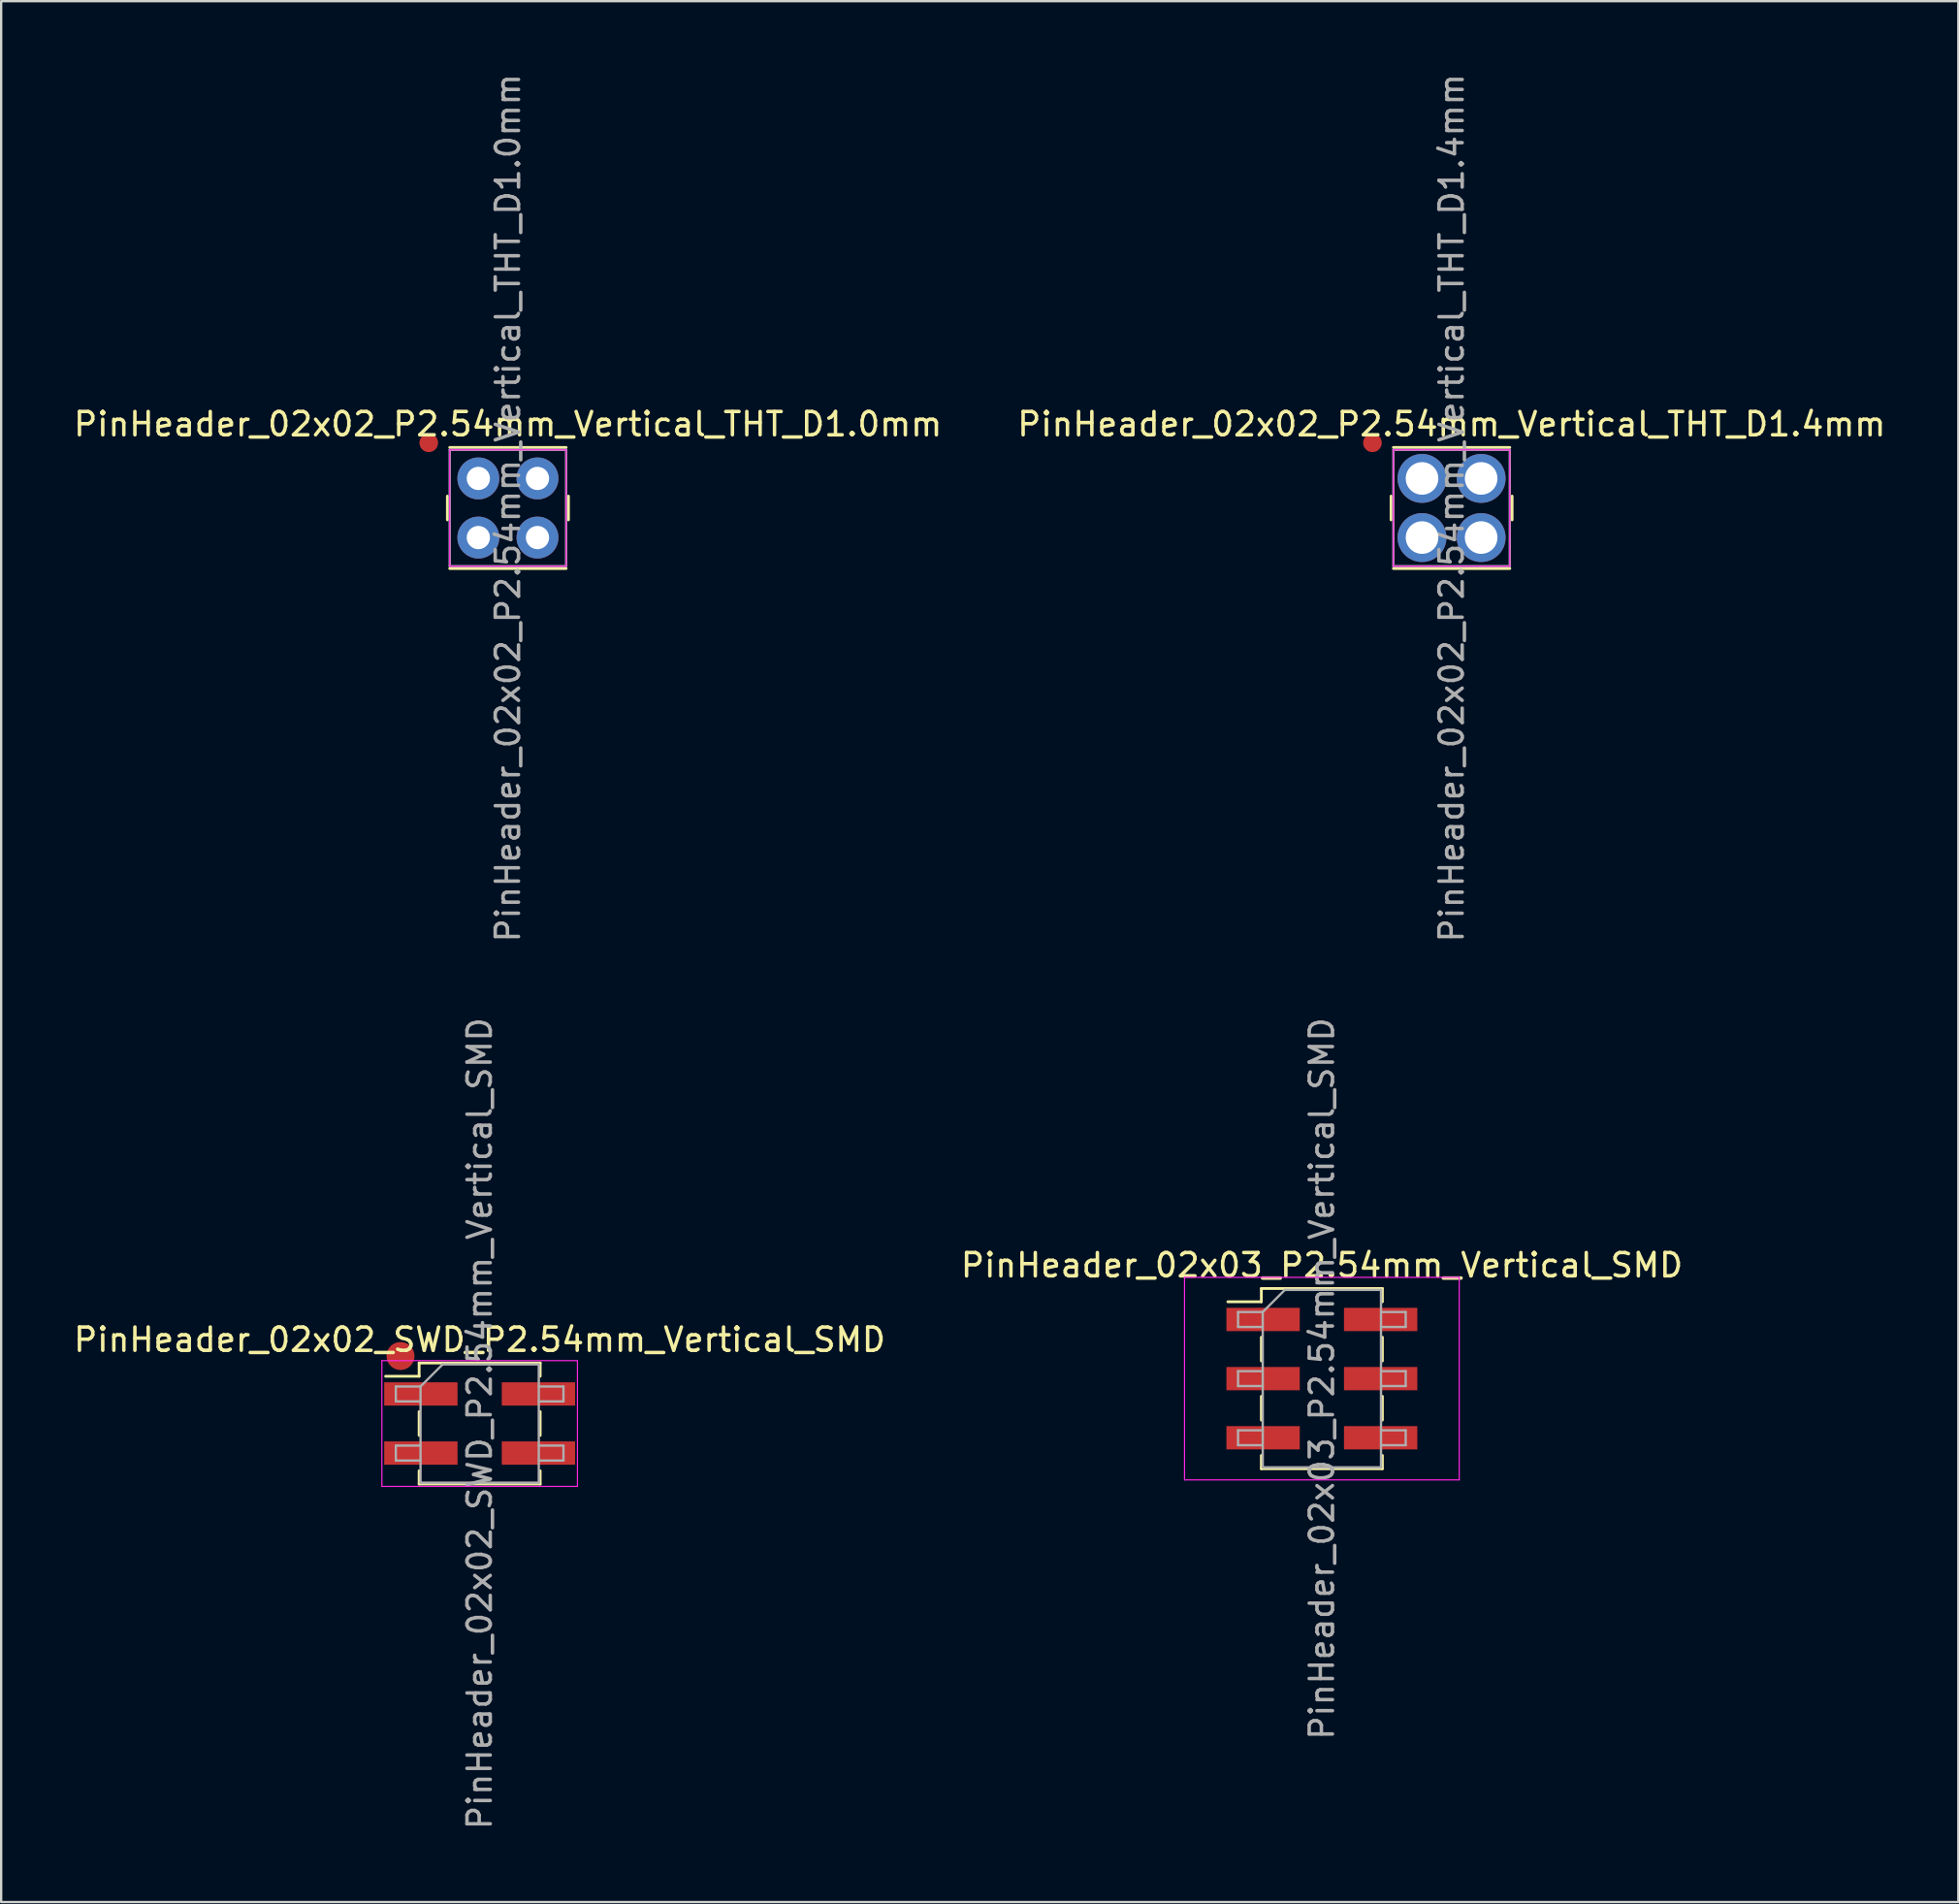
<source format=kicad_pcb>
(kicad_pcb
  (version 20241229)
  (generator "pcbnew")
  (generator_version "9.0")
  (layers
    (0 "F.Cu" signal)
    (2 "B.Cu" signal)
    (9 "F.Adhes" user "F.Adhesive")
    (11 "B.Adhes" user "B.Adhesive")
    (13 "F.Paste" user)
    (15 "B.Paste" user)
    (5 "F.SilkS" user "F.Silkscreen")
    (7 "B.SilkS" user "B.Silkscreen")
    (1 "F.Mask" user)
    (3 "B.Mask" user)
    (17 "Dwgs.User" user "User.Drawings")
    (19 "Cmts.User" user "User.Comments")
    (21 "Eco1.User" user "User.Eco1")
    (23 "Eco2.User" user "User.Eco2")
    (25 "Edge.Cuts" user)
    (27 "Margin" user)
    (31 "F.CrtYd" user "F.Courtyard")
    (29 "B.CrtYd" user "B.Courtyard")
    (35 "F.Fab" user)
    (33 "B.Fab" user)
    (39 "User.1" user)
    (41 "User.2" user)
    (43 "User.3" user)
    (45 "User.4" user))
  (footprint "PinHeader_02x02_P2.54mm_Vertical_THT_D1.4mm"
    (layer "F.Cu")
    (at 59.304 18.768)
    (property "Reference" "PinHeader_02x02_P2.54mm_Vertical_THT_D1.4mm" (at 0 -3.6 0) (layer "F.SilkS") (effects (font (size 1 1) (thickness 0.15))))
    (attr smd)
    (fp_circle (center -3.4 -2.8) (end -3.1 -2.8) (stroke (width 0.2) (type solid)) (fill yes) (layer "F.Cu"))
    (fp_line (start -2.6 -0.51) (end -2.6 0.51) (stroke (width 0.12) (type solid)) (layer "F.SilkS"))
    (fp_line (start -2.5 -2.6) (end 2.5 -2.6) (stroke (width 0.12) (type solid)) (layer "F.SilkS"))
    (fp_line (start -2.5 2.6) (end 2.5 2.6) (stroke (width 0.12) (type solid)) (layer "F.SilkS"))
    (fp_line (start 2.6 -0.51) (end 2.6 0.51) (stroke (width 0.12) (type solid)) (layer "F.SilkS"))
    (fp_line (start -2.5 -2.5) (end -2.5 2.5) (stroke (width 0.05) (type solid)) (layer "F.CrtYd"))
    (fp_line (start -2.5 2.5) (end 2.5 2.5) (stroke (width 0.05) (type solid)) (layer "F.CrtYd"))
    (fp_line (start 2.5 -2.5) (end -2.5 -2.5) (stroke (width 0.05) (type solid)) (layer "F.CrtYd"))
    (fp_line (start 2.5 2.5) (end 2.5 -2.5) (stroke (width 0.05) (type solid)) (layer "F.CrtYd"))
    (fp_line (start -2.5 -2.5) (end 2.5 -2.5) (stroke (width 0.1) (type solid)) (layer "F.Fab"))
    (fp_line (start -2.5 2.5) (end -2.5 -2.5) (stroke (width 0.1) (type solid)) (layer "F.Fab"))
    (fp_line (start 2.5 -2.5) (end 2.5 2.5) (stroke (width 0.1) (type solid)) (layer "F.Fab"))
    (fp_line (start 2.5 2.5) (end -2.5 2.5) (stroke (width 0.1) (type solid)) (layer "F.Fab"))
    (fp_text user "${REFERENCE}" (at 0 0 90) (layer "F.Fab") (effects (font (size 1 1) (thickness 0.15))))
    (pad "1" thru_hole circle (at -1.27 -1.27) (size 2.1 2.1) (drill 1.4) (layers "*.Cu" "*.Mask"))
    (pad "2" thru_hole circle (at 1.27 -1.27) (size 2.1 2.1) (drill 1.4) (layers "*.Cu" "*.Mask"))
    (pad "3" thru_hole circle (at -1.27 1.27) (size 2.1 2.1) (drill 1.4) (layers "*.Cu" "*.Mask"))
    (pad "4" thru_hole circle (at 1.27 1.27) (size 2.1 2.1) (drill 1.4) (layers "*.Cu" "*.Mask")))
  (footprint "PinHeader_02x02_SWD_P2.54mm_Vertical_SMD"
    (layer "F.Cu")
    (at 17.554 58.089)
    (property "Reference" "PinHeader_02x02_SWD_P2.54mm_Vertical_SMD" (at 0 -3.6 0) (layer "F.SilkS") (effects (font (size 1 1) (thickness 0.15))))
    (attr smd)
    (fp_circle (center -3.4 -2.9) (end -2.9 -2.9) (stroke (width 0.2) (type solid)) (fill yes) (layer "F.Cu"))
    (fp_line (start -4.04 -2.03) (end -2.6 -2.03) (stroke (width 0.12) (type solid)) (layer "F.SilkS"))
    (fp_line (start -2.6 -2.6) (end -2.6 -2.03) (stroke (width 0.12) (type solid)) (layer "F.SilkS"))
    (fp_line (start -2.6 -2.6) (end 2.6 -2.6) (stroke (width 0.12) (type solid)) (layer "F.SilkS"))
    (fp_line (start -2.6 -0.51) (end -2.6 0.51) (stroke (width 0.12) (type solid)) (layer "F.SilkS"))
    (fp_line (start -2.6 2.03) (end -2.6 2.6) (stroke (width 0.12) (type solid)) (layer "F.SilkS"))
    (fp_line (start -2.6 2.6) (end 2.6 2.6) (stroke (width 0.12) (type solid)) (layer "F.SilkS"))
    (fp_line (start 2.6 -2.6) (end 2.6 -2.03) (stroke (width 0.12) (type solid)) (layer "F.SilkS"))
    (fp_line (start 2.6 -0.51) (end 2.6 0.51) (stroke (width 0.12) (type solid)) (layer "F.SilkS"))
    (fp_line (start 2.6 2.03) (end 2.6 2.6) (stroke (width 0.12) (type solid)) (layer "F.SilkS"))
    (fp_line (start -4.2 -2.7) (end -4.2 2.7) (stroke (width 0.05) (type solid)) (layer "F.CrtYd"))
    (fp_line (start -4.2 2.7) (end 4.2 2.7) (stroke (width 0.05) (type solid)) (layer "F.CrtYd"))
    (fp_line (start 4.2 -2.7) (end -4.2 -2.7) (stroke (width 0.05) (type solid)) (layer "F.CrtYd"))
    (fp_line (start 4.2 2.7) (end 4.2 -2.7) (stroke (width 0.05) (type solid)) (layer "F.CrtYd"))
    (fp_line (start -3.6 -1.59) (end -3.6 -0.95) (stroke (width 0.1) (type solid)) (layer "F.Fab"))
    (fp_line (start -3.6 -0.95) (end -2.54 -0.95) (stroke (width 0.1) (type solid)) (layer "F.Fab"))
    (fp_line (start -3.6 0.95) (end -3.6 1.59) (stroke (width 0.1) (type solid)) (layer "F.Fab"))
    (fp_line (start -3.6 1.59) (end -2.54 1.59) (stroke (width 0.1) (type solid)) (layer "F.Fab"))
    (fp_line (start -2.54 -1.59) (end -3.6 -1.59) (stroke (width 0.1) (type solid)) (layer "F.Fab"))
    (fp_line (start -2.54 -1.59) (end -1.59 -2.54) (stroke (width 0.1) (type solid)) (layer "F.Fab"))
    (fp_line (start -2.54 0.95) (end -3.6 0.95) (stroke (width 0.1) (type solid)) (layer "F.Fab"))
    (fp_line (start -2.54 2.54) (end -2.54 -1.59) (stroke (width 0.1) (type solid)) (layer "F.Fab"))
    (fp_line (start -1.59 -2.54) (end 2.54 -2.54) (stroke (width 0.1) (type solid)) (layer "F.Fab"))
    (fp_line (start 2.54 -2.54) (end 2.54 2.54) (stroke (width 0.1) (type solid)) (layer "F.Fab"))
    (fp_line (start 2.54 -1.59) (end 3.6 -1.59) (stroke (width 0.1) (type solid)) (layer "F.Fab"))
    (fp_line (start 2.54 0.95) (end 3.6 0.95) (stroke (width 0.1) (type solid)) (layer "F.Fab"))
    (fp_line (start 2.54 2.54) (end -2.54 2.54) (stroke (width 0.1) (type solid)) (layer "F.Fab"))
    (fp_line (start 3.6 -1.59) (end 3.6 -0.95) (stroke (width 0.1) (type solid)) (layer "F.Fab"))
    (fp_line (start 3.6 -0.95) (end 2.54 -0.95) (stroke (width 0.1) (type solid)) (layer "F.Fab"))
    (fp_line (start 3.6 0.95) (end 3.6 1.59) (stroke (width 0.1) (type solid)) (layer "F.Fab"))
    (fp_line (start 3.6 1.59) (end 2.54 1.59) (stroke (width 0.1) (type solid)) (layer "F.Fab"))
    (fp_text user "${REFERENCE}" (at 0 0 90) (layer "F.Fab") (effects (font (size 1 1) (thickness 0.15))))
    (pad "1" smd rect (at -2.525 -1.27) (size 3.15 1) (layers "F.Cu" "F.Mask" "F.Paste"))
    (pad "2" smd rect (at 2.525 -1.27) (size 3.15 1) (layers "F.Cu" "F.Mask" "F.Paste"))
    (pad "3" smd rect (at -2.525 1.27) (size 3.15 1) (layers "F.Cu" "F.Mask" "F.Paste"))
    (pad "4" smd rect (at 2.525 1.27) (size 3.15 1) (layers "F.Cu" "F.Mask" "F.Paste")))
  (footprint "PinHeader_02x02_P2.54mm_Vertical_THT_D1.0mm"
    (layer "F.Cu")
    (at 18.768 18.768)
    (property "Reference" "PinHeader_02x02_P2.54mm_Vertical_THT_D1.0mm" (at 0 -3.6 0) (layer "F.SilkS") (effects (font (size 1 1) (thickness 0.15))))
    (attr smd)
    (fp_circle (center -3.4 -2.8) (end -3.1 -2.8) (stroke (width 0.2) (type solid)) (fill yes) (layer "F.Cu"))
    (fp_line (start -2.6 -0.51) (end -2.6 0.51) (stroke (width 0.12) (type solid)) (layer "F.SilkS"))
    (fp_line (start -2.5 -2.6) (end 2.5 -2.6) (stroke (width 0.12) (type solid)) (layer "F.SilkS"))
    (fp_line (start -2.5 2.6) (end 2.5 2.6) (stroke (width 0.12) (type solid)) (layer "F.SilkS"))
    (fp_line (start 2.6 -0.51) (end 2.6 0.51) (stroke (width 0.12) (type solid)) (layer "F.SilkS"))
    (fp_line (start -2.5 -2.5) (end -2.5 2.5) (stroke (width 0.05) (type solid)) (layer "F.CrtYd"))
    (fp_line (start -2.5 2.5) (end 2.5 2.5) (stroke (width 0.05) (type solid)) (layer "F.CrtYd"))
    (fp_line (start 2.5 -2.5) (end -2.5 -2.5) (stroke (width 0.05) (type solid)) (layer "F.CrtYd"))
    (fp_line (start 2.5 2.5) (end 2.5 -2.5) (stroke (width 0.05) (type solid)) (layer "F.CrtYd"))
    (fp_line (start -2.5 -2.5) (end 2.5 -2.5) (stroke (width 0.1) (type solid)) (layer "F.Fab"))
    (fp_line (start -2.5 2.5) (end -2.5 -2.5) (stroke (width 0.1) (type solid)) (layer "F.Fab"))
    (fp_line (start 2.5 -2.5) (end 2.5 2.5) (stroke (width 0.1) (type solid)) (layer "F.Fab"))
    (fp_line (start 2.5 2.5) (end -2.5 2.5) (stroke (width 0.1) (type solid)) (layer "F.Fab"))
    (fp_text user "${REFERENCE}" (at 0 0 90) (layer "F.Fab") (effects (font (size 1 1) (thickness 0.15))))
    (pad "1" thru_hole circle (at -1.27 -1.27) (size 1.8 1.8) (drill 1) (layers "*.Cu" "*.Mask"))
    (pad "2" thru_hole circle (at 1.27 -1.27) (size 1.8 1.8) (drill 1) (layers "*.Cu" "*.Mask"))
    (pad "3" thru_hole circle (at -1.27 1.27) (size 1.8 1.8) (drill 1) (layers "*.Cu" "*.Mask"))
    (pad "4" thru_hole circle (at 1.27 1.27) (size 1.8 1.8) (drill 1) (layers "*.Cu" "*.Mask")))
  (footprint "PinHeader_02x03_P2.54mm_Vertical_SMD"
    (layer "F.Cu")
    (at 53.732 56.161)
    (property "Reference" "PinHeader_02x03_P2.54mm_Vertical_SMD" (at 0 -4.87 0) (layer "F.SilkS") (effects (font (size 1 1) (thickness 0.15))))
    (attr smd)
    (fp_line (start -4.04 -3.3) (end -2.6 -3.3) (stroke (width 0.12) (type solid)) (layer "F.SilkS"))
    (fp_line (start -2.6 -3.87) (end -2.6 -3.3) (stroke (width 0.12) (type solid)) (layer "F.SilkS"))
    (fp_line (start -2.6 -3.87) (end 2.6 -3.87) (stroke (width 0.12) (type solid)) (layer "F.SilkS"))
    (fp_line (start -2.6 -1.78) (end -2.6 -0.76) (stroke (width 0.12) (type solid)) (layer "F.SilkS"))
    (fp_line (start -2.6 0.76) (end -2.6 1.78) (stroke (width 0.12) (type solid)) (layer "F.SilkS"))
    (fp_line (start -2.6 3.3) (end -2.6 3.87) (stroke (width 0.12) (type solid)) (layer "F.SilkS"))
    (fp_line (start -2.6 3.87) (end 2.6 3.87) (stroke (width 0.12) (type solid)) (layer "F.SilkS"))
    (fp_line (start 2.6 -3.87) (end 2.6 -3.3) (stroke (width 0.12) (type solid)) (layer "F.SilkS"))
    (fp_line (start 2.6 -1.78) (end 2.6 -0.76) (stroke (width 0.12) (type solid)) (layer "F.SilkS"))
    (fp_line (start 2.6 0.76) (end 2.6 1.78) (stroke (width 0.12) (type solid)) (layer "F.SilkS"))
    (fp_line (start 2.6 3.3) (end 2.6 3.87) (stroke (width 0.12) (type solid)) (layer "F.SilkS"))
    (fp_line (start -5.9 -4.35) (end -5.9 4.35) (stroke (width 0.05) (type solid)) (layer "F.CrtYd"))
    (fp_line (start -5.9 4.35) (end 5.9 4.35) (stroke (width 0.05) (type solid)) (layer "F.CrtYd"))
    (fp_line (start 5.9 -4.35) (end -5.9 -4.35) (stroke (width 0.05) (type solid)) (layer "F.CrtYd"))
    (fp_line (start 5.9 4.35) (end 5.9 -4.35) (stroke (width 0.05) (type solid)) (layer "F.CrtYd"))
    (fp_line (start -3.6 -2.86) (end -3.6 -2.22) (stroke (width 0.1) (type solid)) (layer "F.Fab"))
    (fp_line (start -3.6 -2.22) (end -2.54 -2.22) (stroke (width 0.1) (type solid)) (layer "F.Fab"))
    (fp_line (start -3.6 -0.32) (end -3.6 0.32) (stroke (width 0.1) (type solid)) (layer "F.Fab"))
    (fp_line (start -3.6 0.32) (end -2.54 0.32) (stroke (width 0.1) (type solid)) (layer "F.Fab"))
    (fp_line (start -3.6 2.22) (end -3.6 2.86) (stroke (width 0.1) (type solid)) (layer "F.Fab"))
    (fp_line (start -3.6 2.86) (end -2.54 2.86) (stroke (width 0.1) (type solid)) (layer "F.Fab"))
    (fp_line (start -2.54 -2.86) (end -3.6 -2.86) (stroke (width 0.1) (type solid)) (layer "F.Fab"))
    (fp_line (start -2.54 -2.86) (end -1.59 -3.81) (stroke (width 0.1) (type solid)) (layer "F.Fab"))
    (fp_line (start -2.54 -0.32) (end -3.6 -0.32) (stroke (width 0.1) (type solid)) (layer "F.Fab"))
    (fp_line (start -2.54 2.22) (end -3.6 2.22) (stroke (width 0.1) (type solid)) (layer "F.Fab"))
    (fp_line (start -2.54 3.81) (end -2.54 -2.86) (stroke (width 0.1) (type solid)) (layer "F.Fab"))
    (fp_line (start -1.59 -3.81) (end 2.54 -3.81) (stroke (width 0.1) (type solid)) (layer "F.Fab"))
    (fp_line (start 2.54 -3.81) (end 2.54 3.81) (stroke (width 0.1) (type solid)) (layer "F.Fab"))
    (fp_line (start 2.54 -2.86) (end 3.6 -2.86) (stroke (width 0.1) (type solid)) (layer "F.Fab"))
    (fp_line (start 2.54 -0.32) (end 3.6 -0.32) (stroke (width 0.1) (type solid)) (layer "F.Fab"))
    (fp_line (start 2.54 2.22) (end 3.6 2.22) (stroke (width 0.1) (type solid)) (layer "F.Fab"))
    (fp_line (start 2.54 3.81) (end -2.54 3.81) (stroke (width 0.1) (type solid)) (layer "F.Fab"))
    (fp_line (start 3.6 -2.86) (end 3.6 -2.22) (stroke (width 0.1) (type solid)) (layer "F.Fab"))
    (fp_line (start 3.6 -2.22) (end 2.54 -2.22) (stroke (width 0.1) (type solid)) (layer "F.Fab"))
    (fp_line (start 3.6 -0.32) (end 3.6 0.32) (stroke (width 0.1) (type solid)) (layer "F.Fab"))
    (fp_line (start 3.6 0.32) (end 2.54 0.32) (stroke (width 0.1) (type solid)) (layer "F.Fab"))
    (fp_line (start 3.6 2.22) (end 3.6 2.86) (stroke (width 0.1) (type solid)) (layer "F.Fab"))
    (fp_line (start 3.6 2.86) (end 2.54 2.86) (stroke (width 0.1) (type solid)) (layer "F.Fab"))
    (fp_text user "${REFERENCE}" (at 0 0 90) (layer "F.Fab") (effects (font (size 1 1) (thickness 0.15))))
    (pad "1" smd rect (at -2.525 -2.54) (size 3.15 1) (layers "F.Cu" "F.Mask" "F.Paste"))
    (pad "2" smd rect (at 2.525 -2.54) (size 3.15 1) (layers "F.Cu" "F.Mask" "F.Paste"))
    (pad "3" smd rect (at -2.525 0) (size 3.15 1) (layers "F.Cu" "F.Mask" "F.Paste"))
    (pad "4" smd rect (at 2.525 0) (size 3.15 1) (layers "F.Cu" "F.Mask" "F.Paste"))
    (pad "5" smd rect (at -2.525 2.54) (size 3.15 1) (layers "F.Cu" "F.Mask" "F.Paste"))
    (pad "6" smd rect (at 2.525 2.54) (size 3.15 1) (layers "F.Cu" "F.Mask" "F.Paste")))
  (gr_rect
    (start -3 -3)
    (end 81.071 78.643)
    (stroke (width 0.1) (type default))
    (fill no)
    (layer "Edge.Cuts")))
</source>
